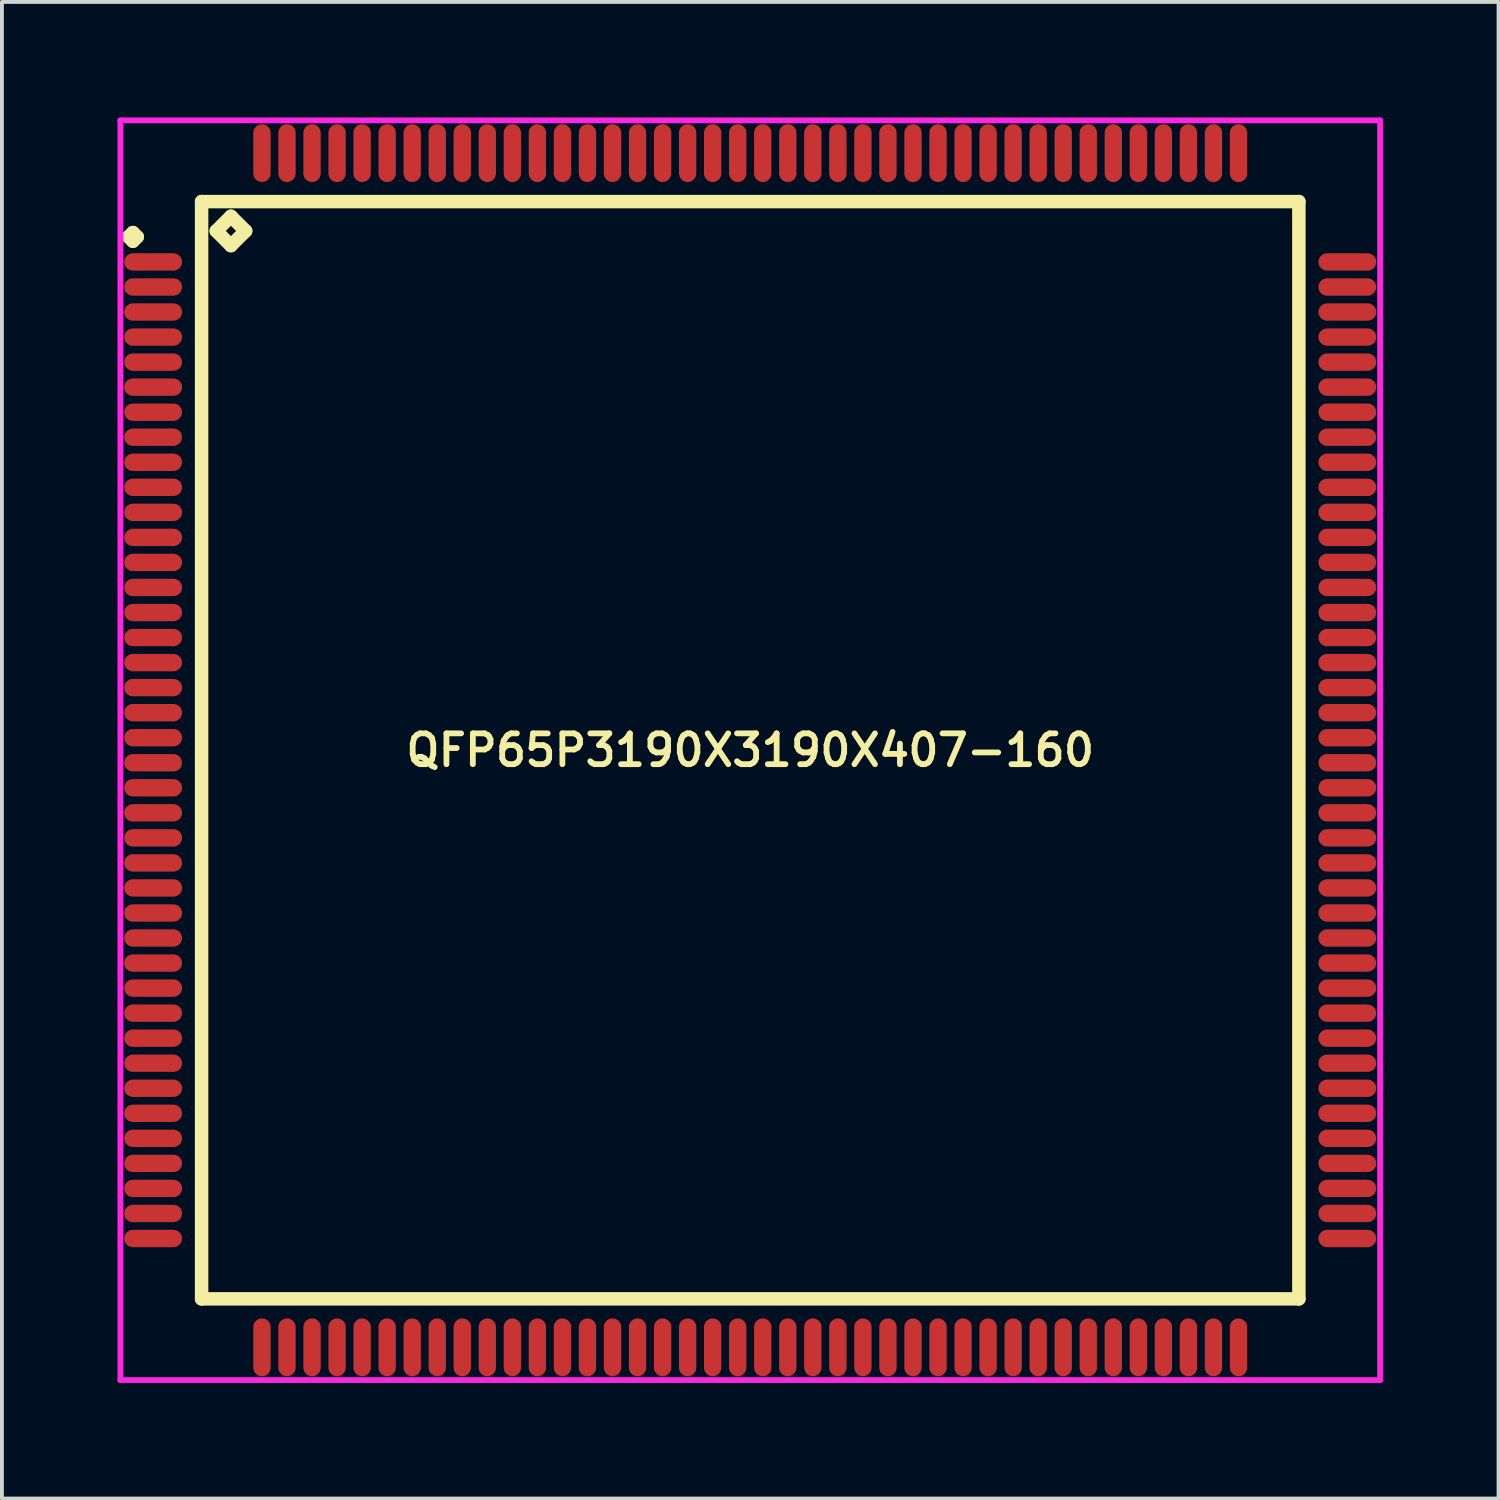
<source format=kicad_pcb>
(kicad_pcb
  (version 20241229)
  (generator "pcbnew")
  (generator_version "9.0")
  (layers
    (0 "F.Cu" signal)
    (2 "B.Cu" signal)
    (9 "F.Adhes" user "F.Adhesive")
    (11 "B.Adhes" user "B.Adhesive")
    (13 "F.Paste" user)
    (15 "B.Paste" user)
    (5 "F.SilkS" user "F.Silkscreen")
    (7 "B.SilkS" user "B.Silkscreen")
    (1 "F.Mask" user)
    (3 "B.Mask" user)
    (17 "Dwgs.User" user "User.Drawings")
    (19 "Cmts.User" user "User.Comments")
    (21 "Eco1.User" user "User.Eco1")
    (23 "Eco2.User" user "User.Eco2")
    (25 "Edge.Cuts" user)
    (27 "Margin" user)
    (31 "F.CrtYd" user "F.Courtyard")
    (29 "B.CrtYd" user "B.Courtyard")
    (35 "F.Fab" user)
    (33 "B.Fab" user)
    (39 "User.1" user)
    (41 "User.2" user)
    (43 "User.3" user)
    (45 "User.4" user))
  (footprint "QFP65P3190X3190X407-160"
    (layer "F.Cu")
    (at 16.425 16.425)
    (property "Reference" "QFP65P3190X3190X407-160" (at 0 0 0) (layer "F.SilkS") (effects (font (size 0.8 0.8) (thickness 0.15))))
    (attr smd)
    (fp_line (start -16.137 -13.325) (end -16.025 -13.438) (stroke (width 0.35) (type solid)) (layer "F.SilkS"))
    (fp_line (start -16.025 -13.438) (end -15.912 -13.325) (stroke (width 0.35) (type solid)) (layer "F.SilkS"))
    (fp_line (start -16.025 -13.213) (end -16.137 -13.325) (stroke (width 0.35) (type solid)) (layer "F.SilkS"))
    (fp_line (start -15.912 -13.325) (end -16.025 -13.213) (stroke (width 0.35) (type solid)) (layer "F.SilkS"))
    (fp_line (start -14.242 -14.242) (end -14.242 14.242) (stroke (width 0.35) (type solid)) (layer "F.SilkS"))
    (fp_line (start -14.242 14.242) (end 14.242 14.242) (stroke (width 0.35) (type solid)) (layer "F.SilkS"))
    (fp_line (start -13.861 -13.48) (end -13.48 -13.861) (stroke (width 0.35) (type solid)) (layer "F.SilkS"))
    (fp_line (start -13.48 -13.861) (end -13.099 -13.48) (stroke (width 0.35) (type solid)) (layer "F.SilkS"))
    (fp_line (start -13.48 -13.099) (end -13.861 -13.48) (stroke (width 0.35) (type solid)) (layer "F.SilkS"))
    (fp_line (start -13.099 -13.48) (end -13.48 -13.099) (stroke (width 0.35) (type solid)) (layer "F.SilkS"))
    (fp_line (start 14.242 -14.242) (end -14.242 -14.242) (stroke (width 0.35) (type solid)) (layer "F.SilkS"))
    (fp_line (start 14.242 14.242) (end 14.242 -14.242) (stroke (width 0.35) (type solid)) (layer "F.SilkS"))
    (fp_line (start -16.35 -16.35) (end 16.35 -16.35) (stroke (width 0.15) (type solid)) (layer "F.CrtYd"))
    (fp_line (start -16.35 16.35) (end -16.35 -16.35) (stroke (width 0.15) (type solid)) (layer "F.CrtYd"))
    (fp_line (start 16.35 -16.35) (end 16.35 16.35) (stroke (width 0.15) (type solid)) (layer "F.CrtYd"))
    (fp_line (start 16.35 16.35) (end -16.35 16.35) (stroke (width 0.15) (type solid)) (layer "F.CrtYd"))
    (pad "1" smd oval (at -15.5 -12.675) (size 1.5 0.45) (layers "F.Cu" "F.Mask" "F.Paste"))
    (pad "2" smd oval (at -15.5 -12.025) (size 1.5 0.45) (layers "F.Cu" "F.Mask" "F.Paste"))
    (pad "3" smd oval (at -15.5 -11.375) (size 1.5 0.45) (layers "F.Cu" "F.Mask" "F.Paste"))
    (pad "4" smd oval (at -15.5 -10.725) (size 1.5 0.45) (layers "F.Cu" "F.Mask" "F.Paste"))
    (pad "5" smd oval (at -15.5 -10.075) (size 1.5 0.45) (layers "F.Cu" "F.Mask" "F.Paste"))
    (pad "6" smd oval (at -15.5 -9.425) (size 1.5 0.45) (layers "F.Cu" "F.Mask" "F.Paste"))
    (pad "7" smd oval (at -15.5 -8.775) (size 1.5 0.45) (layers "F.Cu" "F.Mask" "F.Paste"))
    (pad "8" smd oval (at -15.5 -8.125) (size 1.5 0.45) (layers "F.Cu" "F.Mask" "F.Paste"))
    (pad "9" smd oval (at -15.5 -7.475) (size 1.5 0.45) (layers "F.Cu" "F.Mask" "F.Paste"))
    (pad "10" smd oval (at -15.5 -6.825) (size 1.5 0.45) (layers "F.Cu" "F.Mask" "F.Paste"))
    (pad "11" smd oval (at -15.5 -6.175) (size 1.5 0.45) (layers "F.Cu" "F.Mask" "F.Paste"))
    (pad "12" smd oval (at -15.5 -5.525) (size 1.5 0.45) (layers "F.Cu" "F.Mask" "F.Paste"))
    (pad "13" smd oval (at -15.5 -4.875) (size 1.5 0.45) (layers "F.Cu" "F.Mask" "F.Paste"))
    (pad "14" smd oval (at -15.5 -4.225) (size 1.5 0.45) (layers "F.Cu" "F.Mask" "F.Paste"))
    (pad "15" smd oval (at -15.5 -3.575) (size 1.5 0.45) (layers "F.Cu" "F.Mask" "F.Paste"))
    (pad "16" smd oval (at -15.5 -2.925) (size 1.5 0.45) (layers "F.Cu" "F.Mask" "F.Paste"))
    (pad "17" smd oval (at -15.5 -2.275) (size 1.5 0.45) (layers "F.Cu" "F.Mask" "F.Paste"))
    (pad "18" smd oval (at -15.5 -1.625) (size 1.5 0.45) (layers "F.Cu" "F.Mask" "F.Paste"))
    (pad "19" smd oval (at -15.5 -0.975) (size 1.5 0.45) (layers "F.Cu" "F.Mask" "F.Paste"))
    (pad "20" smd oval (at -15.5 -0.325) (size 1.5 0.45) (layers "F.Cu" "F.Mask" "F.Paste"))
    (pad "21" smd oval (at -15.5 0.325) (size 1.5 0.45) (layers "F.Cu" "F.Mask" "F.Paste"))
    (pad "22" smd oval (at -15.5 0.975) (size 1.5 0.45) (layers "F.Cu" "F.Mask" "F.Paste"))
    (pad "23" smd oval (at -15.5 1.625) (size 1.5 0.45) (layers "F.Cu" "F.Mask" "F.Paste"))
    (pad "24" smd oval (at -15.5 2.275) (size 1.5 0.45) (layers "F.Cu" "F.Mask" "F.Paste"))
    (pad "25" smd oval (at -15.5 2.925) (size 1.5 0.45) (layers "F.Cu" "F.Mask" "F.Paste"))
    (pad "26" smd oval (at -15.5 3.575) (size 1.5 0.45) (layers "F.Cu" "F.Mask" "F.Paste"))
    (pad "27" smd oval (at -15.5 4.225) (size 1.5 0.45) (layers "F.Cu" "F.Mask" "F.Paste"))
    (pad "28" smd oval (at -15.5 4.875) (size 1.5 0.45) (layers "F.Cu" "F.Mask" "F.Paste"))
    (pad "29" smd oval (at -15.5 5.525) (size 1.5 0.45) (layers "F.Cu" "F.Mask" "F.Paste"))
    (pad "30" smd oval (at -15.5 6.175) (size 1.5 0.45) (layers "F.Cu" "F.Mask" "F.Paste"))
    (pad "31" smd oval (at -15.5 6.825) (size 1.5 0.45) (layers "F.Cu" "F.Mask" "F.Paste"))
    (pad "32" smd oval (at -15.5 7.475) (size 1.5 0.45) (layers "F.Cu" "F.Mask" "F.Paste"))
    (pad "33" smd oval (at -15.5 8.125) (size 1.5 0.45) (layers "F.Cu" "F.Mask" "F.Paste"))
    (pad "34" smd oval (at -15.5 8.775) (size 1.5 0.45) (layers "F.Cu" "F.Mask" "F.Paste"))
    (pad "35" smd oval (at -15.5 9.425) (size 1.5 0.45) (layers "F.Cu" "F.Mask" "F.Paste"))
    (pad "36" smd oval (at -15.5 10.075) (size 1.5 0.45) (layers "F.Cu" "F.Mask" "F.Paste"))
    (pad "37" smd oval (at -15.5 10.725) (size 1.5 0.45) (layers "F.Cu" "F.Mask" "F.Paste"))
    (pad "38" smd oval (at -15.5 11.375) (size 1.5 0.45) (layers "F.Cu" "F.Mask" "F.Paste"))
    (pad "39" smd oval (at -15.5 12.025) (size 1.5 0.45) (layers "F.Cu" "F.Mask" "F.Paste"))
    (pad "40" smd oval (at -15.5 12.675) (size 1.5 0.45) (layers "F.Cu" "F.Mask" "F.Paste"))
    (pad "41" smd oval (at -12.675 15.5) (size 0.45 1.5) (layers "F.Cu" "F.Mask" "F.Paste"))
    (pad "42" smd oval (at -12.025 15.5) (size 0.45 1.5) (layers "F.Cu" "F.Mask" "F.Paste"))
    (pad "43" smd oval (at -11.375 15.5) (size 0.45 1.5) (layers "F.Cu" "F.Mask" "F.Paste"))
    (pad "44" smd oval (at -10.725 15.5) (size 0.45 1.5) (layers "F.Cu" "F.Mask" "F.Paste"))
    (pad "45" smd oval (at -10.075 15.5) (size 0.45 1.5) (layers "F.Cu" "F.Mask" "F.Paste"))
    (pad "46" smd oval (at -9.425 15.5) (size 0.45 1.5) (layers "F.Cu" "F.Mask" "F.Paste"))
    (pad "47" smd oval (at -8.775 15.5) (size 0.45 1.5) (layers "F.Cu" "F.Mask" "F.Paste"))
    (pad "48" smd oval (at -8.125 15.5) (size 0.45 1.5) (layers "F.Cu" "F.Mask" "F.Paste"))
    (pad "49" smd oval (at -7.475 15.5) (size 0.45 1.5) (layers "F.Cu" "F.Mask" "F.Paste"))
    (pad "50" smd oval (at -6.825 15.5) (size 0.45 1.5) (layers "F.Cu" "F.Mask" "F.Paste"))
    (pad "51" smd oval (at -6.175 15.5) (size 0.45 1.5) (layers "F.Cu" "F.Mask" "F.Paste"))
    (pad "52" smd oval (at -5.525 15.5) (size 0.45 1.5) (layers "F.Cu" "F.Mask" "F.Paste"))
    (pad "53" smd oval (at -4.875 15.5) (size 0.45 1.5) (layers "F.Cu" "F.Mask" "F.Paste"))
    (pad "54" smd oval (at -4.225 15.5) (size 0.45 1.5) (layers "F.Cu" "F.Mask" "F.Paste"))
    (pad "55" smd oval (at -3.575 15.5) (size 0.45 1.5) (layers "F.Cu" "F.Mask" "F.Paste"))
    (pad "56" smd oval (at -2.925 15.5) (size 0.45 1.5) (layers "F.Cu" "F.Mask" "F.Paste"))
    (pad "57" smd oval (at -2.275 15.5) (size 0.45 1.5) (layers "F.Cu" "F.Mask" "F.Paste"))
    (pad "58" smd oval (at -1.625 15.5) (size 0.45 1.5) (layers "F.Cu" "F.Mask" "F.Paste"))
    (pad "59" smd oval (at -0.975 15.5) (size 0.45 1.5) (layers "F.Cu" "F.Mask" "F.Paste"))
    (pad "60" smd oval (at -0.325 15.5) (size 0.45 1.5) (layers "F.Cu" "F.Mask" "F.Paste"))
    (pad "61" smd oval (at 0.325 15.5) (size 0.45 1.5) (layers "F.Cu" "F.Mask" "F.Paste"))
    (pad "62" smd oval (at 0.975 15.5) (size 0.45 1.5) (layers "F.Cu" "F.Mask" "F.Paste"))
    (pad "63" smd oval (at 1.625 15.5) (size 0.45 1.5) (layers "F.Cu" "F.Mask" "F.Paste"))
    (pad "64" smd oval (at 2.275 15.5) (size 0.45 1.5) (layers "F.Cu" "F.Mask" "F.Paste"))
    (pad "65" smd oval (at 2.925 15.5) (size 0.45 1.5) (layers "F.Cu" "F.Mask" "F.Paste"))
    (pad "66" smd oval (at 3.575 15.5) (size 0.45 1.5) (layers "F.Cu" "F.Mask" "F.Paste"))
    (pad "67" smd oval (at 4.225 15.5) (size 0.45 1.5) (layers "F.Cu" "F.Mask" "F.Paste"))
    (pad "68" smd oval (at 4.875 15.5) (size 0.45 1.5) (layers "F.Cu" "F.Mask" "F.Paste"))
    (pad "69" smd oval (at 5.525 15.5) (size 0.45 1.5) (layers "F.Cu" "F.Mask" "F.Paste"))
    (pad "70" smd oval (at 6.175 15.5) (size 0.45 1.5) (layers "F.Cu" "F.Mask" "F.Paste"))
    (pad "71" smd oval (at 6.825 15.5) (size 0.45 1.5) (layers "F.Cu" "F.Mask" "F.Paste"))
    (pad "72" smd oval (at 7.475 15.5) (size 0.45 1.5) (layers "F.Cu" "F.Mask" "F.Paste"))
    (pad "73" smd oval (at 8.125 15.5) (size 0.45 1.5) (layers "F.Cu" "F.Mask" "F.Paste"))
    (pad "74" smd oval (at 8.775 15.5) (size 0.45 1.5) (layers "F.Cu" "F.Mask" "F.Paste"))
    (pad "75" smd oval (at 9.425 15.5) (size 0.45 1.5) (layers "F.Cu" "F.Mask" "F.Paste"))
    (pad "76" smd oval (at 10.075 15.5) (size 0.45 1.5) (layers "F.Cu" "F.Mask" "F.Paste"))
    (pad "77" smd oval (at 10.725 15.5) (size 0.45 1.5) (layers "F.Cu" "F.Mask" "F.Paste"))
    (pad "78" smd oval (at 11.375 15.5) (size 0.45 1.5) (layers "F.Cu" "F.Mask" "F.Paste"))
    (pad "79" smd oval (at 12.025 15.5) (size 0.45 1.5) (layers "F.Cu" "F.Mask" "F.Paste"))
    (pad "80" smd oval (at 12.675 15.5) (size 0.45 1.5) (layers "F.Cu" "F.Mask" "F.Paste"))
    (pad "81" smd oval (at 15.5 12.675) (size 1.5 0.45) (layers "F.Cu" "F.Mask" "F.Paste"))
    (pad "82" smd oval (at 15.5 12.025) (size 1.5 0.45) (layers "F.Cu" "F.Mask" "F.Paste"))
    (pad "83" smd oval (at 15.5 11.375) (size 1.5 0.45) (layers "F.Cu" "F.Mask" "F.Paste"))
    (pad "84" smd oval (at 15.5 10.725) (size 1.5 0.45) (layers "F.Cu" "F.Mask" "F.Paste"))
    (pad "85" smd oval (at 15.5 10.075) (size 1.5 0.45) (layers "F.Cu" "F.Mask" "F.Paste"))
    (pad "86" smd oval (at 15.5 9.425) (size 1.5 0.45) (layers "F.Cu" "F.Mask" "F.Paste"))
    (pad "87" smd oval (at 15.5 8.775) (size 1.5 0.45) (layers "F.Cu" "F.Mask" "F.Paste"))
    (pad "88" smd oval (at 15.5 8.125) (size 1.5 0.45) (layers "F.Cu" "F.Mask" "F.Paste"))
    (pad "89" smd oval (at 15.5 7.475) (size 1.5 0.45) (layers "F.Cu" "F.Mask" "F.Paste"))
    (pad "90" smd oval (at 15.5 6.825) (size 1.5 0.45) (layers "F.Cu" "F.Mask" "F.Paste"))
    (pad "91" smd oval (at 15.5 6.175) (size 1.5 0.45) (layers "F.Cu" "F.Mask" "F.Paste"))
    (pad "92" smd oval (at 15.5 5.525) (size 1.5 0.45) (layers "F.Cu" "F.Mask" "F.Paste"))
    (pad "93" smd oval (at 15.5 4.875) (size 1.5 0.45) (layers "F.Cu" "F.Mask" "F.Paste"))
    (pad "94" smd oval (at 15.5 4.225) (size 1.5 0.45) (layers "F.Cu" "F.Mask" "F.Paste"))
    (pad "95" smd oval (at 15.5 3.575) (size 1.5 0.45) (layers "F.Cu" "F.Mask" "F.Paste"))
    (pad "96" smd oval (at 15.5 2.925) (size 1.5 0.45) (layers "F.Cu" "F.Mask" "F.Paste"))
    (pad "97" smd oval (at 15.5 2.275) (size 1.5 0.45) (layers "F.Cu" "F.Mask" "F.Paste"))
    (pad "98" smd oval (at 15.5 1.625) (size 1.5 0.45) (layers "F.Cu" "F.Mask" "F.Paste"))
    (pad "99" smd oval (at 15.5 0.975) (size 1.5 0.45) (layers "F.Cu" "F.Mask" "F.Paste"))
    (pad "100" smd oval (at 15.5 0.325) (size 1.5 0.45) (layers "F.Cu" "F.Mask" "F.Paste"))
    (pad "101" smd oval (at 15.5 -0.325) (size 1.5 0.45) (layers "F.Cu" "F.Mask" "F.Paste"))
    (pad "102" smd oval (at 15.5 -0.975) (size 1.5 0.45) (layers "F.Cu" "F.Mask" "F.Paste"))
    (pad "103" smd oval (at 15.5 -1.625) (size 1.5 0.45) (layers "F.Cu" "F.Mask" "F.Paste"))
    (pad "104" smd oval (at 15.5 -2.275) (size 1.5 0.45) (layers "F.Cu" "F.Mask" "F.Paste"))
    (pad "105" smd oval (at 15.5 -2.925) (size 1.5 0.45) (layers "F.Cu" "F.Mask" "F.Paste"))
    (pad "106" smd oval (at 15.5 -3.575) (size 1.5 0.45) (layers "F.Cu" "F.Mask" "F.Paste"))
    (pad "107" smd oval (at 15.5 -4.225) (size 1.5 0.45) (layers "F.Cu" "F.Mask" "F.Paste"))
    (pad "108" smd oval (at 15.5 -4.875) (size 1.5 0.45) (layers "F.Cu" "F.Mask" "F.Paste"))
    (pad "109" smd oval (at 15.5 -5.525) (size 1.5 0.45) (layers "F.Cu" "F.Mask" "F.Paste"))
    (pad "110" smd oval (at 15.5 -6.175) (size 1.5 0.45) (layers "F.Cu" "F.Mask" "F.Paste"))
    (pad "111" smd oval (at 15.5 -6.825) (size 1.5 0.45) (layers "F.Cu" "F.Mask" "F.Paste"))
    (pad "112" smd oval (at 15.5 -7.475) (size 1.5 0.45) (layers "F.Cu" "F.Mask" "F.Paste"))
    (pad "113" smd oval (at 15.5 -8.125) (size 1.5 0.45) (layers "F.Cu" "F.Mask" "F.Paste"))
    (pad "114" smd oval (at 15.5 -8.775) (size 1.5 0.45) (layers "F.Cu" "F.Mask" "F.Paste"))
    (pad "115" smd oval (at 15.5 -9.425) (size 1.5 0.45) (layers "F.Cu" "F.Mask" "F.Paste"))
    (pad "116" smd oval (at 15.5 -10.075) (size 1.5 0.45) (layers "F.Cu" "F.Mask" "F.Paste"))
    (pad "117" smd oval (at 15.5 -10.725) (size 1.5 0.45) (layers "F.Cu" "F.Mask" "F.Paste"))
    (pad "118" smd oval (at 15.5 -11.375) (size 1.5 0.45) (layers "F.Cu" "F.Mask" "F.Paste"))
    (pad "119" smd oval (at 15.5 -12.025) (size 1.5 0.45) (layers "F.Cu" "F.Mask" "F.Paste"))
    (pad "120" smd oval (at 15.5 -12.675) (size 1.5 0.45) (layers "F.Cu" "F.Mask" "F.Paste"))
    (pad "121" smd oval (at 12.675 -15.5) (size 0.45 1.5) (layers "F.Cu" "F.Mask" "F.Paste"))
    (pad "122" smd oval (at 12.025 -15.5) (size 0.45 1.5) (layers "F.Cu" "F.Mask" "F.Paste"))
    (pad "123" smd oval (at 11.375 -15.5) (size 0.45 1.5) (layers "F.Cu" "F.Mask" "F.Paste"))
    (pad "124" smd oval (at 10.725 -15.5) (size 0.45 1.5) (layers "F.Cu" "F.Mask" "F.Paste"))
    (pad "125" smd oval (at 10.075 -15.5) (size 0.45 1.5) (layers "F.Cu" "F.Mask" "F.Paste"))
    (pad "126" smd oval (at 9.425 -15.5) (size 0.45 1.5) (layers "F.Cu" "F.Mask" "F.Paste"))
    (pad "127" smd oval (at 8.775 -15.5) (size 0.45 1.5) (layers "F.Cu" "F.Mask" "F.Paste"))
    (pad "128" smd oval (at 8.125 -15.5) (size 0.45 1.5) (layers "F.Cu" "F.Mask" "F.Paste"))
    (pad "129" smd oval (at 7.475 -15.5) (size 0.45 1.5) (layers "F.Cu" "F.Mask" "F.Paste"))
    (pad "130" smd oval (at 6.825 -15.5) (size 0.45 1.5) (layers "F.Cu" "F.Mask" "F.Paste"))
    (pad "131" smd oval (at 6.175 -15.5) (size 0.45 1.5) (layers "F.Cu" "F.Mask" "F.Paste"))
    (pad "132" smd oval (at 5.525 -15.5) (size 0.45 1.5) (layers "F.Cu" "F.Mask" "F.Paste"))
    (pad "133" smd oval (at 4.875 -15.5) (size 0.45 1.5) (layers "F.Cu" "F.Mask" "F.Paste"))
    (pad "134" smd oval (at 4.225 -15.5) (size 0.45 1.5) (layers "F.Cu" "F.Mask" "F.Paste"))
    (pad "135" smd oval (at 3.575 -15.5) (size 0.45 1.5) (layers "F.Cu" "F.Mask" "F.Paste"))
    (pad "136" smd oval (at 2.925 -15.5) (size 0.45 1.5) (layers "F.Cu" "F.Mask" "F.Paste"))
    (pad "137" smd oval (at 2.275 -15.5) (size 0.45 1.5) (layers "F.Cu" "F.Mask" "F.Paste"))
    (pad "138" smd oval (at 1.625 -15.5) (size 0.45 1.5) (layers "F.Cu" "F.Mask" "F.Paste"))
    (pad "139" smd oval (at 0.975 -15.5) (size 0.45 1.5) (layers "F.Cu" "F.Mask" "F.Paste"))
    (pad "140" smd oval (at 0.325 -15.5) (size 0.45 1.5) (layers "F.Cu" "F.Mask" "F.Paste"))
    (pad "141" smd oval (at -0.325 -15.5) (size 0.45 1.5) (layers "F.Cu" "F.Mask" "F.Paste"))
    (pad "142" smd oval (at -0.975 -15.5) (size 0.45 1.5) (layers "F.Cu" "F.Mask" "F.Paste"))
    (pad "143" smd oval (at -1.625 -15.5) (size 0.45 1.5) (layers "F.Cu" "F.Mask" "F.Paste"))
    (pad "144" smd oval (at -2.275 -15.5) (size 0.45 1.5) (layers "F.Cu" "F.Mask" "F.Paste"))
    (pad "145" smd oval (at -2.925 -15.5) (size 0.45 1.5) (layers "F.Cu" "F.Mask" "F.Paste"))
    (pad "146" smd oval (at -3.575 -15.5) (size 0.45 1.5) (layers "F.Cu" "F.Mask" "F.Paste"))
    (pad "147" smd oval (at -4.225 -15.5) (size 0.45 1.5) (layers "F.Cu" "F.Mask" "F.Paste"))
    (pad "148" smd oval (at -4.875 -15.5) (size 0.45 1.5) (layers "F.Cu" "F.Mask" "F.Paste"))
    (pad "149" smd oval (at -5.525 -15.5) (size 0.45 1.5) (layers "F.Cu" "F.Mask" "F.Paste"))
    (pad "150" smd oval (at -6.175 -15.5) (size 0.45 1.5) (layers "F.Cu" "F.Mask" "F.Paste"))
    (pad "151" smd oval (at -6.825 -15.5) (size 0.45 1.5) (layers "F.Cu" "F.Mask" "F.Paste"))
    (pad "152" smd oval (at -7.475 -15.5) (size 0.45 1.5) (layers "F.Cu" "F.Mask" "F.Paste"))
    (pad "153" smd oval (at -8.125 -15.5) (size 0.45 1.5) (layers "F.Cu" "F.Mask" "F.Paste"))
    (pad "154" smd oval (at -8.775 -15.5) (size 0.45 1.5) (layers "F.Cu" "F.Mask" "F.Paste"))
    (pad "155" smd oval (at -9.425 -15.5) (size 0.45 1.5) (layers "F.Cu" "F.Mask" "F.Paste"))
    (pad "156" smd oval (at -10.075 -15.5) (size 0.45 1.5) (layers "F.Cu" "F.Mask" "F.Paste"))
    (pad "157" smd oval (at -10.725 -15.5) (size 0.45 1.5) (layers "F.Cu" "F.Mask" "F.Paste"))
    (pad "158" smd oval (at -11.375 -15.5) (size 0.45 1.5) (layers "F.Cu" "F.Mask" "F.Paste"))
    (pad "159" smd oval (at -12.025 -15.5) (size 0.45 1.5) (layers "F.Cu" "F.Mask" "F.Paste"))
    (pad "160" smd oval (at -12.675 -15.5) (size 0.45 1.5) (layers "F.Cu" "F.Mask" "F.Paste")))
  (gr_rect
    (start -3 -3)
    (end 35.85 35.85)
    (stroke (width 0.1) (type default))
    (fill no)
    (layer "Edge.Cuts")))
</source>
